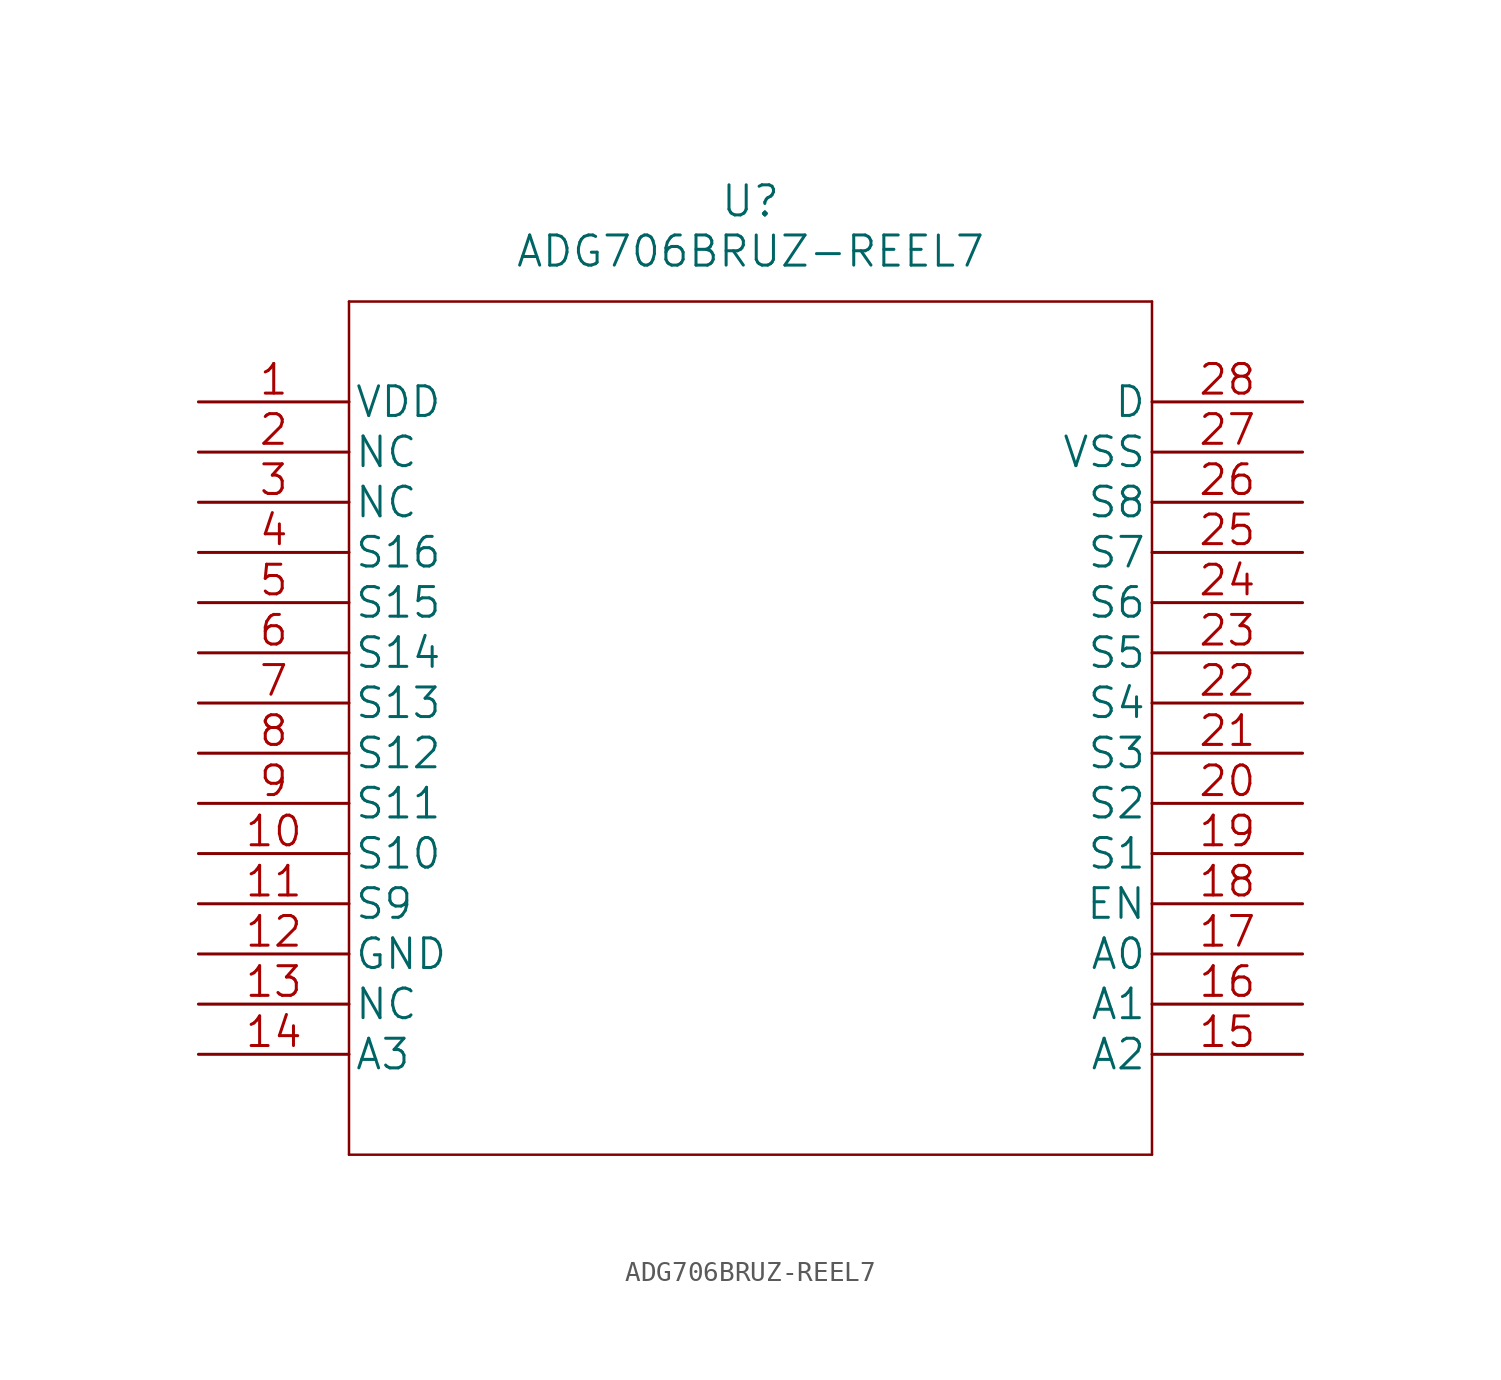
<source format=kicad_sym>
(kicad_symbol_lib
  (version 20211014)
  (generator kicad_symbol_editor)
  (symbol "ADG706BRUZ-REEL7"
    (pin_names
      (offset 0.254))
    (property "Reference" "U"
      (at 27.94 10.16 0)
      (effects (font (size 1.524 1.524))))
    (property "Value" "ADG706BRUZ-REEL7"
      (at 27.94 7.62 0)
      (effects (font (size 1.524 1.524))))
    (symbol "ADG706BRUZ-REEL7_1_1"
      (polyline (pts (xy 7.62 -38.1) (xy 48.26 -38.1)) (stroke (width 0.127) (type default) (color 0 0 0 0)) (fill (type none)))
      (polyline (pts (xy 7.62 5.08) (xy 7.62 -38.1)) (stroke (width 0.127) (type default) (color 0 0 0 0)) (fill (type none)))
      (polyline (pts (xy 48.26 -38.1) (xy 48.26 5.08)) (stroke (width 0.127) (type default) (color 0 0 0 0)) (fill (type none)))
      (polyline (pts (xy 48.26 5.08) (xy 7.62 5.08)) (stroke (width 0.127) (type default) (color 0 0 0 0)) (fill (type none)))
      (pin power_in line (at 0 0 0) (length 7.62) (name "VDD" (effects (font (size 1.499 1.499)))) (number "1" (effects (font (size 1.499 1.499)))))
      (pin unspecified line (at 0 -22.86 0) (length 7.62) (name "S10" (effects (font (size 1.499 1.499)))) (number "10" (effects (font (size 1.499 1.499)))))
      (pin unspecified line (at 0 -25.4 0) (length 7.62) (name "S9" (effects (font (size 1.499 1.499)))) (number "11" (effects (font (size 1.499 1.499)))))
      (pin unspecified line (at 0 -27.94 0) (length 7.62) (name "GND" (effects (font (size 1.499 1.499)))) (number "12" (effects (font (size 1.499 1.499)))))
      (pin unspecified line (at 0 -30.48 0) (length 7.62) (name "NC" (effects (font (size 1.499 1.499)))) (number "13" (effects (font (size 1.499 1.499)))))
      (pin unspecified line (at 0 -33.02 0) (length 7.62) (name "A3" (effects (font (size 1.499 1.499)))) (number "14" (effects (font (size 1.499 1.499)))))
      (pin unspecified line (at 55.88 -33.02 180) (length 7.62) (name "A2" (effects (font (size 1.499 1.499)))) (number "15" (effects (font (size 1.499 1.499)))))
      (pin unspecified line (at 55.88 -30.48 180) (length 7.62) (name "A1" (effects (font (size 1.499 1.499)))) (number "16" (effects (font (size 1.499 1.499)))))
      (pin unspecified line (at 55.88 -27.94 180) (length 7.62) (name "A0" (effects (font (size 1.499 1.499)))) (number "17" (effects (font (size 1.499 1.499)))))
      (pin unspecified line (at 55.88 -25.4 180) (length 7.62) (name "EN" (effects (font (size 1.499 1.499)))) (number "18" (effects (font (size 1.499 1.499)))))
      (pin unspecified line (at 55.88 -22.86 180) (length 7.62) (name "S1" (effects (font (size 1.499 1.499)))) (number "19" (effects (font (size 1.499 1.499)))))
      (pin unspecified line (at 0 -2.54 0) (length 7.62) (name "NC" (effects (font (size 1.499 1.499)))) (number "2" (effects (font (size 1.499 1.499)))))
      (pin unspecified line (at 55.88 -20.32 180) (length 7.62) (name "S2" (effects (font (size 1.499 1.499)))) (number "20" (effects (font (size 1.499 1.499)))))
      (pin unspecified line (at 55.88 -17.78 180) (length 7.62) (name "S3" (effects (font (size 1.499 1.499)))) (number "21" (effects (font (size 1.499 1.499)))))
      (pin unspecified line (at 55.88 -15.24 180) (length 7.62) (name "S4" (effects (font (size 1.499 1.499)))) (number "22" (effects (font (size 1.499 1.499)))))
      (pin unspecified line (at 55.88 -12.7 180) (length 7.62) (name "S5" (effects (font (size 1.499 1.499)))) (number "23" (effects (font (size 1.499 1.499)))))
      (pin unspecified line (at 55.88 -10.16 180) (length 7.62) (name "S6" (effects (font (size 1.499 1.499)))) (number "24" (effects (font (size 1.499 1.499)))))
      (pin unspecified line (at 55.88 -7.62 180) (length 7.62) (name "S7" (effects (font (size 1.499 1.499)))) (number "25" (effects (font (size 1.499 1.499)))))
      (pin unspecified line (at 55.88 -5.08 180) (length 7.62) (name "S8" (effects (font (size 1.499 1.499)))) (number "26" (effects (font (size 1.499 1.499)))))
      (pin power_in line (at 55.88 -2.54 180) (length 7.62) (name "VSS" (effects (font (size 1.499 1.499)))) (number "27" (effects (font (size 1.499 1.499)))))
      (pin unspecified line (at 55.88 0 180) (length 7.62) (name "D" (effects (font (size 1.499 1.499)))) (number "28" (effects (font (size 1.499 1.499)))))
      (pin unspecified line (at 0 -5.08 0) (length 7.62) (name "NC" (effects (font (size 1.499 1.499)))) (number "3" (effects (font (size 1.499 1.499)))))
      (pin unspecified line (at 0 -7.62 0) (length 7.62) (name "S16" (effects (font (size 1.499 1.499)))) (number "4" (effects (font (size 1.499 1.499)))))
      (pin unspecified line (at 0 -10.16 0) (length 7.62) (name "S15" (effects (font (size 1.499 1.499)))) (number "5" (effects (font (size 1.499 1.499)))))
      (pin unspecified line (at 0 -12.7 0) (length 7.62) (name "S14" (effects (font (size 1.499 1.499)))) (number "6" (effects (font (size 1.499 1.499)))))
      (pin unspecified line (at 0 -15.24 0) (length 7.62) (name "S13" (effects (font (size 1.499 1.499)))) (number "7" (effects (font (size 1.499 1.499)))))
      (pin unspecified line (at 0 -17.78 0) (length 7.62) (name "S12" (effects (font (size 1.499 1.499)))) (number "8" (effects (font (size 1.499 1.499)))))
      (pin unspecified line (at 0 -20.32 0) (length 7.62) (name "S11" (effects (font (size 1.499 1.499)))) (number "9" (effects (font (size 1.499 1.499))))))))
</source>
